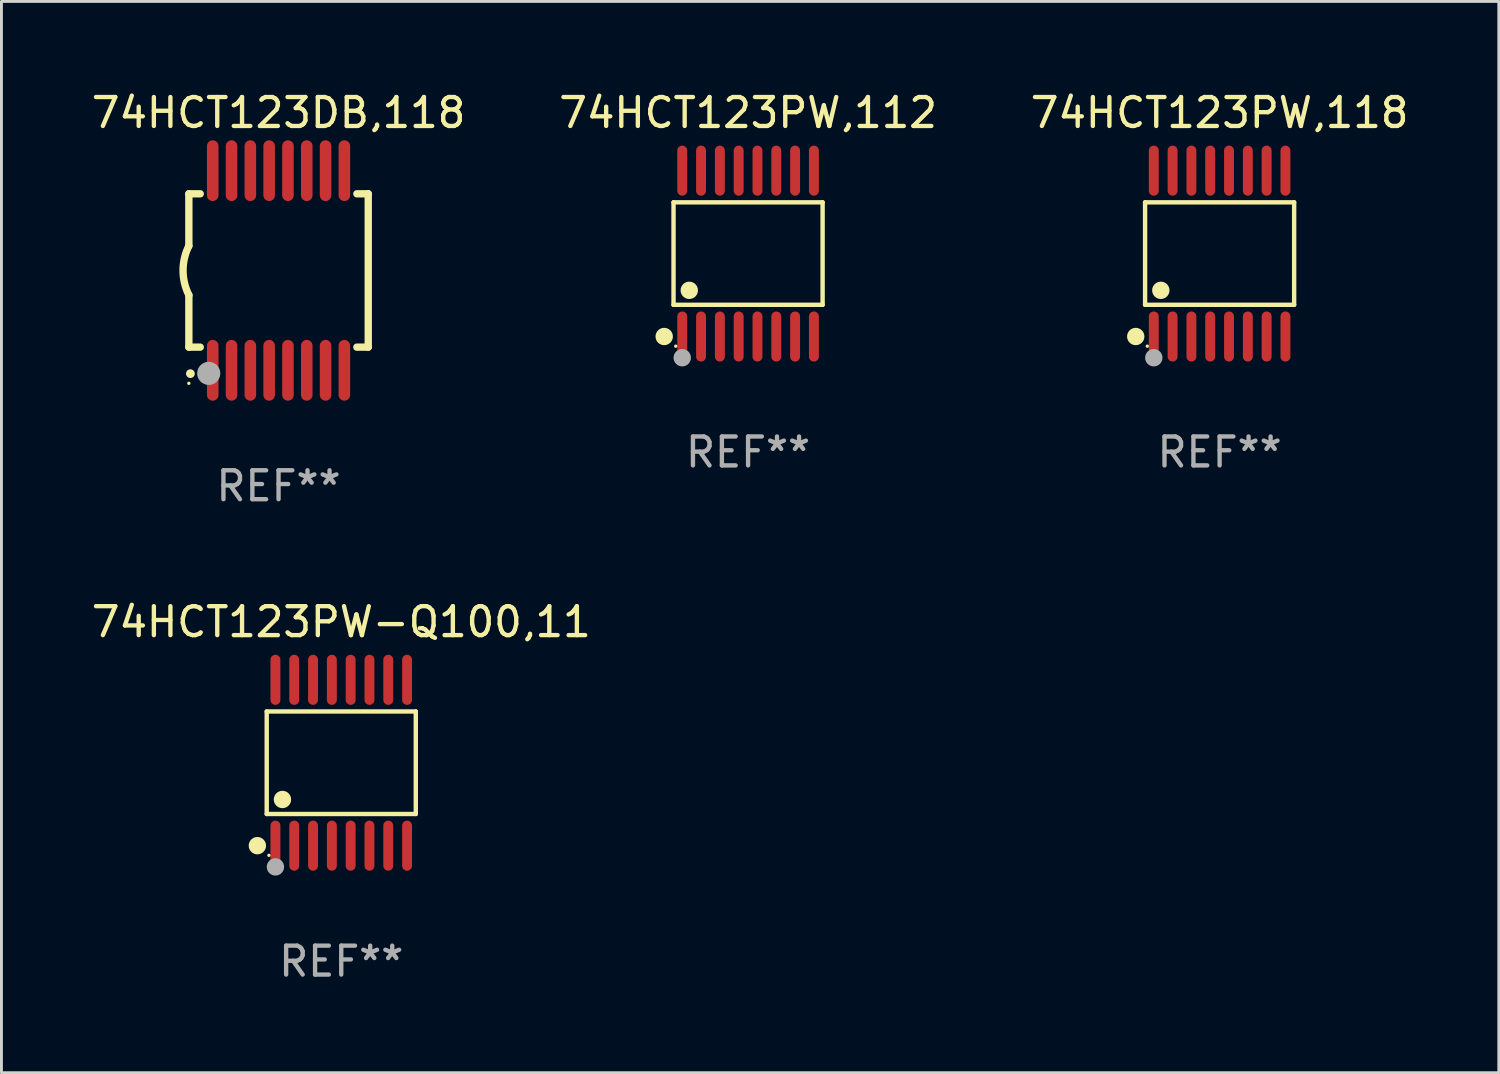
<source format=kicad_pcb>
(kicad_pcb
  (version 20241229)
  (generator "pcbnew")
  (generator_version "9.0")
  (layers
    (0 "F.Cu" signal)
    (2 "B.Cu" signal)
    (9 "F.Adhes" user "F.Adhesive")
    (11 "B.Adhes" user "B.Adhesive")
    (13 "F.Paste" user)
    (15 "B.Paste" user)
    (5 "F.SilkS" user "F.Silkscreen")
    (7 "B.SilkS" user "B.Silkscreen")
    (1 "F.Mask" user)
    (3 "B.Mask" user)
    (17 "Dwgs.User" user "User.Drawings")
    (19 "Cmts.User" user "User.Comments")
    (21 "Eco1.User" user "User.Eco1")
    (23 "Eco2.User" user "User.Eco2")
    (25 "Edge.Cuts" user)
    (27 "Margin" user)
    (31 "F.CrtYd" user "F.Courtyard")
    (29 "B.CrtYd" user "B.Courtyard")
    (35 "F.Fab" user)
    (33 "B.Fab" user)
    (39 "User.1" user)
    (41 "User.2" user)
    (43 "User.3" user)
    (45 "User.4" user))
  (footprint "74HCT123DB,118"
    (layer "F.Cu")
    (at 6.577 6.298)
    (property "Reference" "74HCT123DB,118" (at 0 -5.45 0) (layer "F.SilkS") (effects (font (size 1 1) (thickness 0.15))))
    (attr through_hole)
    (fp_line (start -3.1 -2.65) (end -3.1 -0.85) (stroke (width 0.254) (type solid)) (layer "F.SilkS"))
    (fp_line (start -3.1 -2.65) (end -2.706 -2.65) (stroke (width 0.254) (type solid)) (layer "F.SilkS"))
    (fp_line (start -3.1 2.65) (end -3.1 0.85) (stroke (width 0.254) (type solid)) (layer "F.SilkS"))
    (fp_line (start -3.1 2.65) (end -2.706 2.65) (stroke (width 0.254) (type solid)) (layer "F.SilkS"))
    (fp_line (start 2.706 -2.65) (end 3.1 -2.65) (stroke (width 0.254) (type solid)) (layer "F.SilkS"))
    (fp_line (start 2.706 2.65) (end 3.1 2.65) (stroke (width 0.254) (type solid)) (layer "F.SilkS"))
    (fp_line (start 3.1 -2.65) (end 3.1 2.65) (stroke (width 0.254) (type solid)) (layer "F.SilkS"))
    (fp_arc (start -3.098907 0.850902) (mid -3.300057 0.000523) (end -3.1 -0.850114) (stroke (width 0.254001) (type solid)) (layer "F.SilkS"))
    (fp_arc (start -3.048006 3.566066) (mid -3.046736 3.566061) (end -3.045466 3.566066) (stroke (width 0.3) (type solid)) (layer "F.SilkS"))
    (fp_circle (center -3.1 3.9) (end -3.07 3.9) (stroke (width 0.06) (type solid)) (fill no) (layer "F.SilkS"))
    (fp_circle (center -2.413 3.556) (end -2.213 3.556) (stroke (width 0.4) (type solid)) (fill no) (layer "F.Fab"))
    (fp_text user "REF**" (at 0 7.45 0) (layer "F.Fab") (effects (font (size 1 1) (thickness 0.15))))
    (pad "1" smd oval (at -2.275 3.45 180) (size 0.4 2.1) (layers "F.Cu" "F.Mask" "F.Paste"))
    (pad "2" smd oval (at -1.625 3.45 180) (size 0.4 2.1) (layers "F.Cu" "F.Mask" "F.Paste"))
    (pad "3" smd oval (at -0.975 3.45 180) (size 0.4 2.1) (layers "F.Cu" "F.Mask" "F.Paste"))
    (pad "4" smd oval (at -0.325 3.45 180) (size 0.4 2.1) (layers "F.Cu" "F.Mask" "F.Paste"))
    (pad "5" smd oval (at 0.325 3.45 180) (size 0.4 2.1) (layers "F.Cu" "F.Mask" "F.Paste"))
    (pad "6" smd oval (at 0.975 3.45 180) (size 0.4 2.1) (layers "F.Cu" "F.Mask" "F.Paste"))
    (pad "7" smd oval (at 1.625 3.45 180) (size 0.4 2.1) (layers "F.Cu" "F.Mask" "F.Paste"))
    (pad "8" smd oval (at 2.275 3.45 180) (size 0.4 2.1) (layers "F.Cu" "F.Mask" "F.Paste"))
    (pad "9" smd oval (at 2.275 -3.45 180) (size 0.4 2.1) (layers "F.Cu" "F.Mask" "F.Paste"))
    (pad "10" smd oval (at 1.625 -3.45 180) (size 0.4 2.1) (layers "F.Cu" "F.Mask" "F.Paste"))
    (pad "11" smd oval (at 0.975 -3.45 180) (size 0.4 2.1) (layers "F.Cu" "F.Mask" "F.Paste"))
    (pad "12" smd oval (at 0.325 -3.45 180) (size 0.4 2.1) (layers "F.Cu" "F.Mask" "F.Paste"))
    (pad "13" smd oval (at -0.325 -3.45 180) (size 0.4 2.1) (layers "F.Cu" "F.Mask" "F.Paste"))
    (pad "14" smd oval (at -0.975 -3.45 180) (size 0.4 2.1) (layers "F.Cu" "F.Mask" "F.Paste"))
    (pad "15" smd oval (at -1.625 -3.45 180) (size 0.4 2.1) (layers "F.Cu" "F.Mask" "F.Paste"))
    (pad "16" smd oval (at -2.275 -3.45 180) (size 0.4 2.1) (layers "F.Cu" "F.Mask" "F.Paste")))
  (footprint "74HCT123PW-Q100,11"
    (layer "F.Cu")
    (at 8.744 23.311)
    (property "Reference" "74HCT123PW-Q100,11" (at 0 -4.866 0) (layer "F.SilkS") (effects (font (size 1 1) (thickness 0.15))))
    (attr through_hole)
    (fp_line (start -2.576 -1.772) (end 2.576 -1.772) (stroke (width 0.152) (type solid)) (layer "F.SilkS"))
    (fp_line (start -2.576 1.771) (end -2.576 -1.772) (stroke (width 0.152) (type solid)) (layer "F.SilkS"))
    (fp_line (start 2.576 -1.772) (end 2.576 1.771) (stroke (width 0.152) (type solid)) (layer "F.SilkS"))
    (fp_line (start 2.576 1.771) (end -2.576 1.771) (stroke (width 0.152) (type solid)) (layer "F.SilkS"))
    (fp_circle (center -2.899 2.866) (end -2.749 2.866) (stroke (width 0.3) (type solid)) (fill no) (layer "F.SilkS"))
    (fp_circle (center -2.5 3.2) (end -2.47 3.2) (stroke (width 0.06) (type solid)) (fill no) (layer "F.SilkS"))
    (fp_circle (center -2.032 1.27) (end -1.882 1.27) (stroke (width 0.3) (type solid)) (fill no) (layer "F.SilkS"))
    (fp_circle (center -2.275 3.6) (end -2.125 3.6) (stroke (width 0.3) (type solid)) (fill no) (layer "F.Fab"))
    (fp_text user "REF**" (at 0 6.866 0) (layer "F.Fab") (effects (font (size 1 1) (thickness 0.15))))
    (pad "1" smd oval (at -2.275 2.866) (size 0.343 1.731) (layers "F.Cu" "F.Mask" "F.Paste"))
    (pad "2" smd oval (at -1.625 2.866) (size 0.343 1.731) (layers "F.Cu" "F.Mask" "F.Paste"))
    (pad "3" smd oval (at -0.975 2.866) (size 0.343 1.731) (layers "F.Cu" "F.Mask" "F.Paste"))
    (pad "4" smd oval (at -0.325 2.866) (size 0.343 1.731) (layers "F.Cu" "F.Mask" "F.Paste"))
    (pad "5" smd oval (at 0.325 2.866) (size 0.343 1.731) (layers "F.Cu" "F.Mask" "F.Paste"))
    (pad "6" smd oval (at 0.975 2.866) (size 0.343 1.731) (layers "F.Cu" "F.Mask" "F.Paste"))
    (pad "7" smd oval (at 1.625 2.866) (size 0.343 1.731) (layers "F.Cu" "F.Mask" "F.Paste"))
    (pad "8" smd oval (at 2.275 2.866) (size 0.343 1.731) (layers "F.Cu" "F.Mask" "F.Paste"))
    (pad "9" smd oval (at 2.275 -2.866) (size 0.343 1.731) (layers "F.Cu" "F.Mask" "F.Paste"))
    (pad "10" smd oval (at 1.625 -2.866) (size 0.343 1.731) (layers "F.Cu" "F.Mask" "F.Paste"))
    (pad "11" smd oval (at 0.975 -2.866) (size 0.343 1.731) (layers "F.Cu" "F.Mask" "F.Paste"))
    (pad "12" smd oval (at 0.325 -2.866) (size 0.343 1.731) (layers "F.Cu" "F.Mask" "F.Paste"))
    (pad "13" smd oval (at -0.325 -2.866) (size 0.343 1.731) (layers "F.Cu" "F.Mask" "F.Paste"))
    (pad "14" smd oval (at -0.975 -2.866) (size 0.343 1.731) (layers "F.Cu" "F.Mask" "F.Paste"))
    (pad "15" smd oval (at -1.625 -2.866) (size 0.343 1.731) (layers "F.Cu" "F.Mask" "F.Paste"))
    (pad "16" smd oval (at -2.275 -2.866) (size 0.343 1.731) (layers "F.Cu" "F.Mask" "F.Paste")))
  (footprint "74HCT123PW,112"
    (layer "F.Cu")
    (at 22.804 5.714)
    (property "Reference" "74HCT123PW,112" (at 0 -4.866 0) (layer "F.SilkS") (effects (font (size 1 1) (thickness 0.15))))
    (attr through_hole)
    (fp_line (start -2.576 -1.772) (end 2.576 -1.772) (stroke (width 0.152) (type solid)) (layer "F.SilkS"))
    (fp_line (start -2.576 1.771) (end -2.576 -1.772) (stroke (width 0.152) (type solid)) (layer "F.SilkS"))
    (fp_line (start 2.576 -1.772) (end 2.576 1.771) (stroke (width 0.152) (type solid)) (layer "F.SilkS"))
    (fp_line (start 2.576 1.771) (end -2.576 1.771) (stroke (width 0.152) (type solid)) (layer "F.SilkS"))
    (fp_circle (center -2.899 2.866) (end -2.749 2.866) (stroke (width 0.3) (type solid)) (fill no) (layer "F.SilkS"))
    (fp_circle (center -2.5 3.2) (end -2.47 3.2) (stroke (width 0.06) (type solid)) (fill no) (layer "F.SilkS"))
    (fp_circle (center -2.032 1.27) (end -1.882 1.27) (stroke (width 0.3) (type solid)) (fill no) (layer "F.SilkS"))
    (fp_circle (center -2.275 3.6) (end -2.125 3.6) (stroke (width 0.3) (type solid)) (fill no) (layer "F.Fab"))
    (fp_text user "REF**" (at 0 6.866 0) (layer "F.Fab") (effects (font (size 1 1) (thickness 0.15))))
    (pad "1" smd oval (at -2.275 2.866) (size 0.343 1.731) (layers "F.Cu" "F.Mask" "F.Paste"))
    (pad "2" smd oval (at -1.625 2.866) (size 0.343 1.731) (layers "F.Cu" "F.Mask" "F.Paste"))
    (pad "3" smd oval (at -0.975 2.866) (size 0.343 1.731) (layers "F.Cu" "F.Mask" "F.Paste"))
    (pad "4" smd oval (at -0.325 2.866) (size 0.343 1.731) (layers "F.Cu" "F.Mask" "F.Paste"))
    (pad "5" smd oval (at 0.325 2.866) (size 0.343 1.731) (layers "F.Cu" "F.Mask" "F.Paste"))
    (pad "6" smd oval (at 0.975 2.866) (size 0.343 1.731) (layers "F.Cu" "F.Mask" "F.Paste"))
    (pad "7" smd oval (at 1.625 2.866) (size 0.343 1.731) (layers "F.Cu" "F.Mask" "F.Paste"))
    (pad "8" smd oval (at 2.275 2.866) (size 0.343 1.731) (layers "F.Cu" "F.Mask" "F.Paste"))
    (pad "9" smd oval (at 2.275 -2.866) (size 0.343 1.731) (layers "F.Cu" "F.Mask" "F.Paste"))
    (pad "10" smd oval (at 1.625 -2.866) (size 0.343 1.731) (layers "F.Cu" "F.Mask" "F.Paste"))
    (pad "11" smd oval (at 0.975 -2.866) (size 0.343 1.731) (layers "F.Cu" "F.Mask" "F.Paste"))
    (pad "12" smd oval (at 0.325 -2.866) (size 0.343 1.731) (layers "F.Cu" "F.Mask" "F.Paste"))
    (pad "13" smd oval (at -0.325 -2.866) (size 0.343 1.731) (layers "F.Cu" "F.Mask" "F.Paste"))
    (pad "14" smd oval (at -0.975 -2.866) (size 0.343 1.731) (layers "F.Cu" "F.Mask" "F.Paste"))
    (pad "15" smd oval (at -1.625 -2.866) (size 0.343 1.731) (layers "F.Cu" "F.Mask" "F.Paste"))
    (pad "16" smd oval (at -2.275 -2.866) (size 0.343 1.731) (layers "F.Cu" "F.Mask" "F.Paste")))
  (footprint "74HCT123PW,118"
    (layer "F.Cu")
    (at 39.101 5.714)
    (property "Reference" "74HCT123PW,118" (at 0 -4.866 0) (layer "F.SilkS") (effects (font (size 1 1) (thickness 0.15))))
    (attr through_hole)
    (fp_line (start -2.576 -1.772) (end 2.576 -1.772) (stroke (width 0.152) (type solid)) (layer "F.SilkS"))
    (fp_line (start -2.576 1.771) (end -2.576 -1.772) (stroke (width 0.152) (type solid)) (layer "F.SilkS"))
    (fp_line (start 2.576 -1.772) (end 2.576 1.771) (stroke (width 0.152) (type solid)) (layer "F.SilkS"))
    (fp_line (start 2.576 1.771) (end -2.576 1.771) (stroke (width 0.152) (type solid)) (layer "F.SilkS"))
    (fp_circle (center -2.899 2.866) (end -2.749 2.866) (stroke (width 0.3) (type solid)) (fill no) (layer "F.SilkS"))
    (fp_circle (center -2.5 3.2) (end -2.47 3.2) (stroke (width 0.06) (type solid)) (fill no) (layer "F.SilkS"))
    (fp_circle (center -2.032 1.27) (end -1.882 1.27) (stroke (width 0.3) (type solid)) (fill no) (layer "F.SilkS"))
    (fp_circle (center -2.275 3.6) (end -2.125 3.6) (stroke (width 0.3) (type solid)) (fill no) (layer "F.Fab"))
    (fp_text user "REF**" (at 0 6.866 0) (layer "F.Fab") (effects (font (size 1 1) (thickness 0.15))))
    (pad "1" smd oval (at -2.275 2.866) (size 0.343 1.731) (layers "F.Cu" "F.Mask" "F.Paste"))
    (pad "2" smd oval (at -1.625 2.866) (size 0.343 1.731) (layers "F.Cu" "F.Mask" "F.Paste"))
    (pad "3" smd oval (at -0.975 2.866) (size 0.343 1.731) (layers "F.Cu" "F.Mask" "F.Paste"))
    (pad "4" smd oval (at -0.325 2.866) (size 0.343 1.731) (layers "F.Cu" "F.Mask" "F.Paste"))
    (pad "5" smd oval (at 0.325 2.866) (size 0.343 1.731) (layers "F.Cu" "F.Mask" "F.Paste"))
    (pad "6" smd oval (at 0.975 2.866) (size 0.343 1.731) (layers "F.Cu" "F.Mask" "F.Paste"))
    (pad "7" smd oval (at 1.625 2.866) (size 0.343 1.731) (layers "F.Cu" "F.Mask" "F.Paste"))
    (pad "8" smd oval (at 2.275 2.866) (size 0.343 1.731) (layers "F.Cu" "F.Mask" "F.Paste"))
    (pad "9" smd oval (at 2.275 -2.866) (size 0.343 1.731) (layers "F.Cu" "F.Mask" "F.Paste"))
    (pad "10" smd oval (at 1.625 -2.866) (size 0.343 1.731) (layers "F.Cu" "F.Mask" "F.Paste"))
    (pad "11" smd oval (at 0.975 -2.866) (size 0.343 1.731) (layers "F.Cu" "F.Mask" "F.Paste"))
    (pad "12" smd oval (at 0.325 -2.866) (size 0.343 1.731) (layers "F.Cu" "F.Mask" "F.Paste"))
    (pad "13" smd oval (at -0.325 -2.866) (size 0.343 1.731) (layers "F.Cu" "F.Mask" "F.Paste"))
    (pad "14" smd oval (at -0.975 -2.866) (size 0.343 1.731) (layers "F.Cu" "F.Mask" "F.Paste"))
    (pad "15" smd oval (at -1.625 -2.866) (size 0.343 1.731) (layers "F.Cu" "F.Mask" "F.Paste"))
    (pad "16" smd oval (at -2.275 -2.866) (size 0.343 1.731) (layers "F.Cu" "F.Mask" "F.Paste")))
  (gr_rect
    (start -3 -3)
    (end 48.75 34.025)
    (stroke (width 0.1) (type default))
    (fill no)
    (layer "Edge.Cuts")))
</source>
